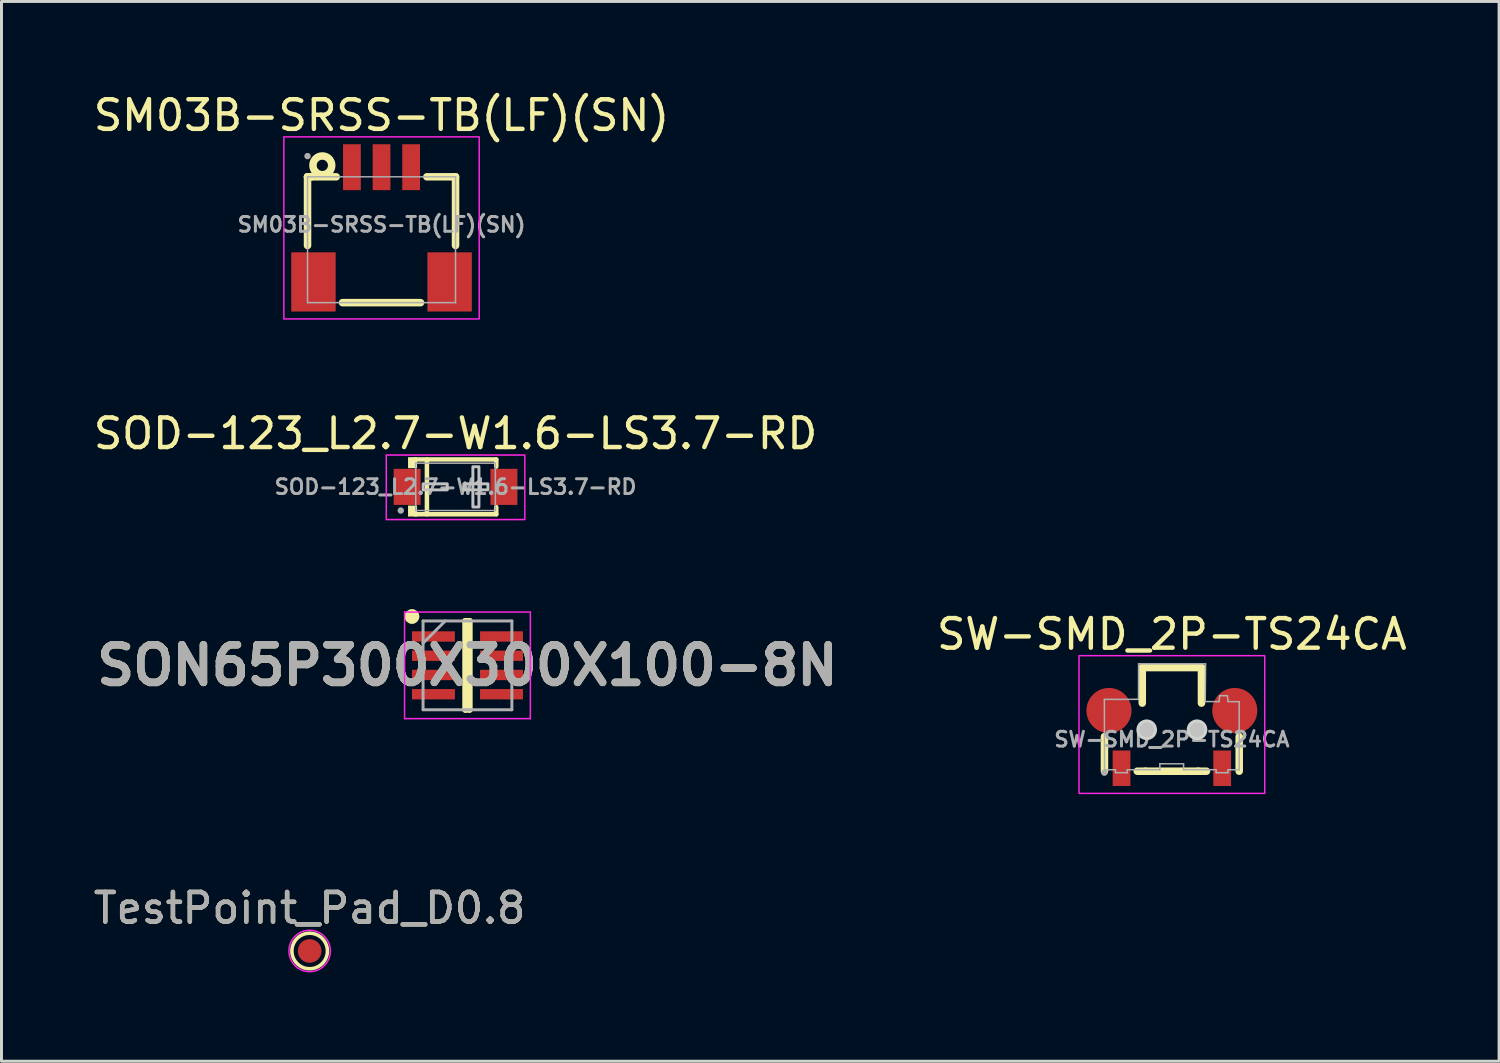
<source format=kicad_pcb>
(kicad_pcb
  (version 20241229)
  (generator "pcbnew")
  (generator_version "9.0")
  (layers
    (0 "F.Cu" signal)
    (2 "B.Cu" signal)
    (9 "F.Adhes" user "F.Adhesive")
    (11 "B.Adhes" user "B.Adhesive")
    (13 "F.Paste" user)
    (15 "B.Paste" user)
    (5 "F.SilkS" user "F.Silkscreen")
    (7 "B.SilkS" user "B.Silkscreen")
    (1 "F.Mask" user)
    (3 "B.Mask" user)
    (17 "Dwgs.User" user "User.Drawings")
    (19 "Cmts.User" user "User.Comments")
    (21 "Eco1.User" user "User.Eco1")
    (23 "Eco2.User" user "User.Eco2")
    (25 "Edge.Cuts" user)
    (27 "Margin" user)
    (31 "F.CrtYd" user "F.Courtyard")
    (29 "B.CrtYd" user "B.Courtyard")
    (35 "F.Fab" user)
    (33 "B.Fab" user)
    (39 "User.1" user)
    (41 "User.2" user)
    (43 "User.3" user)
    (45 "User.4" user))
  (footprint "SOD-123_L2.7-W1.6-LS3.7-RD"
    (layer "F.Cu")
    (at 12.339 13.397)
    (property "Reference" "SOD-123_L2.7-W1.6-LS3.7-RD" (at 0 -1.8 0) (layer "F.SilkS") (effects (font (size 1 1) (thickness 0.15))))
    (fp_line (start -1.376 -0.926) (end 1.376 -0.926) (stroke (width 0.152) (type default)) (layer "F.SilkS"))
    (fp_line (start -1.376 0.926) (end 1.376 0.926) (stroke (width 0.152) (type default)) (layer "F.SilkS"))
    (fp_line (start -0.967 -0.926) (end -0.967 0.926) (stroke (width 0.152) (type default)) (layer "F.SilkS"))
    (fp_line (start 1.376 -0.926) (end 1.376 -0.683) (stroke (width 0.152) (type default)) (layer "F.SilkS"))
    (fp_line (start 1.376 0.926) (end 1.376 0.683) (stroke (width 0.152) (type default)) (layer "F.SilkS"))
    (fp_poly (pts (xy -1.3 -1.002) (xy -1.3 -0.632) (xy -1.605 -0.632) (xy -1.605 -1.002)) (stroke (width 0) (type default)) (fill yes) (layer "F.SilkS"))
    (fp_poly (pts (xy -1.3 1.002) (xy -1.3 0.632) (xy -1.605 0.632) (xy -1.605 1.002)) (stroke (width 0) (type default)) (fill yes) (layer "F.SilkS"))
    (fp_poly (pts (xy -1.096 -0.102) (xy -1.096 0.102) (xy -0.28 0.102) (xy -0.28 -0.102)) (stroke (width 0.1) (type default)) (fill no) (layer "Dwgs.User"))
    (fp_poly (pts (xy 0.79 -0.68) (xy 0.79 0.68) (xy 0.586 0.68) (xy 0.586 -0.68)) (stroke (width 0.1) (type default)) (fill no) (layer "Dwgs.User"))
    (fp_poly (pts (xy 1.096 -0.102) (xy 1.096 0.102) (xy 0.28 0.102) (xy 0.28 -0.102)) (stroke (width 0.1) (type default)) (fill no) (layer "Dwgs.User"))
    (fp_rect (start -2.34 -1.075) (end 2.34 1.105) (stroke (width 0.05) (type default)) (fill no) (layer "F.CrtYd"))
    (fp_line (start -1.345 -0.8) (end 1.345 -0.8) (stroke (width 0.051) (type default)) (layer "F.Fab"))
    (fp_line (start -1.345 0.8) (end -1.345 -0.8) (stroke (width 0.051) (type default)) (layer "F.Fab"))
    (fp_line (start 1.345 -0.8) (end 1.345 0.8) (stroke (width 0.051) (type default)) (layer "F.Fab"))
    (fp_line (start 1.345 0.8) (end -1.345 0.8) (stroke (width 0.051) (type default)) (layer "F.Fab"))
    (fp_poly (pts (xy -1.795 0.777) (xy -1.827 0.745) (xy -1.873 0.745) (xy -1.905 0.777) (xy -1.905 0.823) (xy -1.873 0.855) (xy -1.827 0.855) (xy -1.795 0.823)) (stroke (width 0.1) (type default)) (fill no) (layer "F.Fab"))
    (fp_poly (pts (xy -1.845 -0.3) (xy -1.595 -0.3) (xy -1.595 0.3) (xy -1.845 0.3)) (stroke (width 0.1) (type default)) (fill no) (layer "User.1"))
    (fp_poly (pts (xy -1.81 0.3) (xy -1.33 0.3) (xy -1.33 -0.3) (xy -1.81 -0.3)) (stroke (width 0.1) (type default)) (fill no) (layer "User.1"))
    (fp_poly (pts (xy 1.595 -0.3) (xy 1.845 -0.3) (xy 1.845 0.3) (xy 1.595 0.3)) (stroke (width 0.1) (type default)) (fill no) (layer "User.1"))
    (fp_poly (pts (xy 1.81 -0.3) (xy 1.33 -0.3) (xy 1.33 0.3) (xy 1.81 0.3)) (stroke (width 0.1) (type default)) (fill no) (layer "User.1"))
    (fp_text user "${REFERENCE}" (at 0 0 0) (layer "F.Fab") (effects (font (size 0.5 0.5) (thickness 0.1))))
    (pad "1" smd rect (at -1.635 0) (size 0.91 1.22) (layers "F.Cu" "F.Mask" "F.Paste"))
    (pad "2" smd rect (at 1.635 0) (size 0.91 1.22) (layers "F.Cu" "F.Mask" "F.Paste")))
  (footprint "SW-SMD_2P-TS24CA"
    (layer "F.Cu")
    (at 36.538 21.928)
    (property "Reference" "SW-SMD_2P-TS24CA" (at 0 -3.553 0) (layer "F.SilkS") (effects (font (size 1 1) (thickness 0.15))))
    (fp_line (start -2.277 -0.094) (end -2.277 1.075) (stroke (width 0.254) (type default)) (layer "F.SilkS"))
    (fp_line (start -1 -2.425) (end -1 -1.225) (stroke (width 0.254) (type default)) (layer "F.SilkS"))
    (fp_line (start -1 -2.425) (end 1 -2.425) (stroke (width 0.254) (type default)) (layer "F.SilkS"))
    (fp_line (start -0.889 1.075) (end -1.169 1.075) (stroke (width 0.254) (type default)) (layer "F.SilkS"))
    (fp_line (start -0.889 1.075) (end 0.889 1.075) (stroke (width 0.254) (type default)) (layer "F.SilkS"))
    (fp_line (start 0.889 1.075) (end 1.169 1.075) (stroke (width 0.254) (type default)) (layer "F.SilkS"))
    (fp_line (start 1 -2.425) (end 1 -1.225) (stroke (width 0.254) (type default)) (layer "F.SilkS"))
    (fp_line (start 2.275 -0.094) (end 2.275 1.075) (stroke (width 0.254) (type default)) (layer "F.SilkS"))
    (fp_circle (center -0.85 -0.325) (end -0.725 -0.325) (stroke (width 0.25) (type default)) (fill no) (layer "Dwgs.User"))
    (fp_circle (center 0.85 -0.325) (end 0.975 -0.325) (stroke (width 0.25) (type default)) (fill no) (layer "Dwgs.User"))
    (fp_poly (pts (xy -0.503 -0.371) (xy -0.527 -0.459) (xy -0.572 -0.538) (xy -0.637 -0.603) (xy -0.716 -0.648) (xy -0.804 -0.672) (xy -0.896 -0.672) (xy -0.984 -0.648) (xy -1.063 -0.603) (xy -1.128 -0.538) (xy -1.173 -0.459) (xy -1.197 -0.371) (xy -1.197 -0.279) (xy -1.173 -0.191) (xy -1.128 -0.112) (xy -1.063 -0.047) (xy -0.984 -0.002) (xy -0.896 0.022) (xy -0.804 0.022) (xy -0.716 -0.002) (xy -0.637 -0.047) (xy -0.572 -0.112) (xy -0.527 -0.191) (xy -0.503 -0.279)) (stroke (width 0) (type default)) (fill yes) (layer "Edge.Cuts"))
    (fp_poly (pts (xy 1.197 -0.371) (xy 1.173 -0.459) (xy 1.128 -0.538) (xy 1.063 -0.603) (xy 0.984 -0.648) (xy 0.896 -0.672) (xy 0.804 -0.672) (xy 0.716 -0.648) (xy 0.637 -0.603) (xy 0.572 -0.538) (xy 0.527 -0.459) (xy 0.503 -0.371) (xy 0.503 -0.279) (xy 0.527 -0.191) (xy 0.572 -0.112) (xy 0.637 -0.047) (xy 0.716 -0.002) (xy 0.804 0.022) (xy 0.896 0.022) (xy 0.984 -0.002) (xy 1.063 -0.047) (xy 1.128 -0.112) (xy 1.173 -0.191) (xy 1.197 -0.279)) (stroke (width 0) (type default)) (fill yes) (layer "Edge.Cuts"))
    (fp_rect (start -3.137 -2.828) (end 3.137 1.825) (stroke (width 0.05) (type default)) (fill no) (layer "F.CrtYd"))
    (fp_line (start -2.28 -1.351) (end -2.275 1.025) (stroke (width 0.051) (type default)) (layer "F.Fab"))
    (fp_line (start -2.275 1.025) (end -1.905 1.025) (stroke (width 0.051) (type default)) (layer "F.Fab"))
    (fp_line (start -1.905 1.025) (end -1.904 1.124) (stroke (width 0.051) (type default)) (layer "F.Fab"))
    (fp_line (start -1.904 1.124) (end -1.506 1.124) (stroke (width 0.051) (type default)) (layer "F.Fab"))
    (fp_line (start -1.506 1.124) (end -1.506 1.025) (stroke (width 0.051) (type default)) (layer "F.Fab"))
    (fp_line (start -1.506 1.025) (end -0.406 1.024) (stroke (width 0.051) (type default)) (layer "F.Fab"))
    (fp_line (start -1.128 -1.354) (end -2.28 -1.351) (stroke (width 0.051) (type default)) (layer "F.Fab"))
    (fp_line (start -1.124 -2.552) (end -1.128 -1.354) (stroke (width 0.051) (type default)) (layer "F.Fab"))
    (fp_line (start -0.406 1.024) (end -0.406 0.824) (stroke (width 0.051) (type default)) (layer "F.Fab"))
    (fp_line (start -0.406 1.024) (end -0.406 1.024) (stroke (width 0.051) (type default)) (layer "F.Fab"))
    (fp_line (start -0.406 0.824) (end 0.395 0.825) (stroke (width 0.051) (type default)) (layer "F.Fab"))
    (fp_line (start 0.395 0.825) (end 0.396 1.024) (stroke (width 0.051) (type default)) (layer "F.Fab"))
    (fp_line (start 0.396 1.024) (end 1.496 1.024) (stroke (width 0.051) (type default)) (layer "F.Fab"))
    (fp_line (start 1.127 -1.278) (end 1.139 -2.552) (stroke (width 0.051) (type default)) (layer "F.Fab"))
    (fp_line (start 1.139 -2.552) (end -1.124 -2.552) (stroke (width 0.051) (type default)) (layer "F.Fab"))
    (fp_line (start 1.496 1.024) (end 1.496 1.125) (stroke (width 0.051) (type default)) (layer "F.Fab"))
    (fp_line (start 1.496 1.125) (end 1.894 1.125) (stroke (width 0.051) (type default)) (layer "F.Fab"))
    (fp_line (start 1.595 -1.275) (end 1.127 -1.278) (stroke (width 0.051) (type default)) (layer "F.Fab"))
    (fp_line (start 1.615 -1.475) (end 1.595 -1.275) (stroke (width 0.051) (type default)) (layer "F.Fab"))
    (fp_line (start 1.876 -1.476) (end 1.615 -1.475) (stroke (width 0.051) (type default)) (layer "F.Fab"))
    (fp_line (start 1.894 1.125) (end 1.895 1.025) (stroke (width 0.051) (type default)) (layer "F.Fab"))
    (fp_line (start 1.895 1.025) (end 2.275 1.028) (stroke (width 0.051) (type default)) (layer "F.Fab"))
    (fp_line (start 1.897 -1.277) (end 1.876 -1.476) (stroke (width 0.051) (type default)) (layer "F.Fab"))
    (fp_line (start 2.275 -1.274) (end 1.897 -1.277) (stroke (width 0.051) (type default)) (layer "F.Fab"))
    (fp_line (start 2.275 1.028) (end 2.275 -1.274) (stroke (width 0.051) (type default)) (layer "F.Fab"))
    (fp_poly (pts (xy -2.225 1.102) (xy -2.257 1.07) (xy -2.303 1.07) (xy -2.335 1.102) (xy -2.335 1.148) (xy -2.303 1.18) (xy -2.257 1.18) (xy -2.225 1.148)) (stroke (width 0.1) (type default)) (fill no) (layer "F.Fab"))
    (fp_poly (pts (xy -1.525 1.125) (xy -1.875 1.125) (xy -1.875 0.375) (xy -1.525 0.375)) (stroke (width 0.1) (type default)) (fill no) (layer "User.1"))
    (fp_poly (pts (xy 1.875 1.125) (xy 1.525 1.125) (xy 1.525 0.375) (xy 1.875 0.375)) (stroke (width 0.1) (type default)) (fill no) (layer "User.1"))
    (fp_poly (pts (xy -2.276 -0.275) (xy -2.276 -1.275) (xy -1.601 -1.275) (xy -1.601 -1.165) (xy -2.166 -1.165) (xy -2.166 -0.275)) (stroke (width 0.1) (type default)) (fill no) (layer "User.1"))
    (fp_poly (pts (xy 2.275 -0.275) (xy 2.275 -1.275) (xy 1.6 -1.275) (xy 1.6 -1.165) (xy 2.165 -1.165) (xy 2.165 -0.275)) (stroke (width 0.1) (type default)) (fill no) (layer "User.1"))
    (fp_text user "${REFERENCE}" (at 0 0 0) (layer "F.Fab") (effects (font (size 0.5 0.5) (thickness 0.1))))
    (pad "1" smd rect (at -1.7 0.975 180) (size 0.6 1.2) (layers "F.Cu" "F.Mask" "F.Paste"))
    (pad "2" smd rect (at 1.7 0.975 180) (size 0.6 1.2) (layers "F.Cu" "F.Mask" "F.Paste"))
    (pad "3" smd circle (at 2.125 -0.975) (size 1.524 1.524) (layers "F.Cu" "F.Mask" "F.Paste"))
    (pad "4" smd circle (at -2.125 -0.975) (size 1.524 1.524) (layers "F.Cu" "F.Mask" "F.Paste")))
  (footprint "SON65P300X300X100-8N"
    (layer "F.Cu")
    (at 12.742 19.427)
    (property "Reference" "SON65P300X300X100-8N" (at 0 0 0) (layer "F.SilkS") (effects (font (size 1.27 1.27) (thickness 0.254))))
    (attr smd)
    (fp_line (start -0.075 -1.5) (end 0.075 -1.5) (stroke (width 0.2) (type solid)) (layer "F.SilkS"))
    (fp_line (start -0.075 1.5) (end -0.075 -1.5) (stroke (width 0.2) (type solid)) (layer "F.SilkS"))
    (fp_line (start 0.075 -1.5) (end 0.075 1.5) (stroke (width 0.2) (type solid)) (layer "F.SilkS"))
    (fp_line (start 0.075 1.5) (end -0.075 1.5) (stroke (width 0.2) (type solid)) (layer "F.SilkS"))
    (fp_circle (center -1.875 -1.65) (end -1.875 -1.525) (stroke (width 0.25) (type solid)) (fill no) (layer "F.SilkS"))
    (fp_line (start -2.125 -1.8) (end 2.125 -1.8) (stroke (width 0.05) (type solid)) (layer "F.CrtYd"))
    (fp_line (start -2.125 1.8) (end -2.125 -1.8) (stroke (width 0.05) (type solid)) (layer "F.CrtYd"))
    (fp_line (start 2.125 -1.8) (end 2.125 1.8) (stroke (width 0.05) (type solid)) (layer "F.CrtYd"))
    (fp_line (start 2.125 1.8) (end -2.125 1.8) (stroke (width 0.05) (type solid)) (layer "F.CrtYd"))
    (fp_line (start -1.5 -1.5) (end 1.5 -1.5) (stroke (width 0.1) (type solid)) (layer "F.Fab"))
    (fp_line (start -1.5 -0.75) (end -0.75 -1.5) (stroke (width 0.1) (type solid)) (layer "F.Fab"))
    (fp_line (start -1.5 1.5) (end -1.5 -1.5) (stroke (width 0.1) (type solid)) (layer "F.Fab"))
    (fp_line (start 1.5 -1.5) (end 1.5 1.5) (stroke (width 0.1) (type solid)) (layer "F.Fab"))
    (fp_line (start 1.5 1.5) (end -1.5 1.5) (stroke (width 0.1) (type solid)) (layer "F.Fab"))
    (fp_text user "${REFERENCE}" (at 0 0 0) (layer "F.Fab") (effects (font (size 1.27 1.27) (thickness 0.254))))
    (pad "1" smd rect (at -1.15 -0.975 90) (size 0.35 1.45) (layers "F.Cu" "F.Mask" "F.Paste"))
    (pad "2" smd rect (at -1.15 -0.325 90) (size 0.35 1.45) (layers "F.Cu" "F.Mask" "F.Paste"))
    (pad "3" smd rect (at -1.15 0.325 90) (size 0.35 1.45) (layers "F.Cu" "F.Mask" "F.Paste"))
    (pad "4" smd rect (at -1.15 0.975 90) (size 0.35 1.45) (layers "F.Cu" "F.Mask" "F.Paste"))
    (pad "5" smd rect (at 1.15 0.975 90) (size 0.35 1.45) (layers "F.Cu" "F.Mask" "F.Paste"))
    (pad "6" smd rect (at 1.15 0.325 90) (size 0.35 1.45) (layers "F.Cu" "F.Mask" "F.Paste"))
    (pad "7" smd rect (at 1.15 -0.325 90) (size 0.35 1.45) (layers "F.Cu" "F.Mask" "F.Paste"))
    (pad "8" smd rect (at 1.15 -0.975 90) (size 0.35 1.45) (layers "F.Cu" "F.Mask" "F.Paste")))
  (footprint "SM03B-SRSS-TB(LF)(SN)"
    (layer "F.Cu")
    (at 9.839 4.536)
    (property "Reference" "SM03B-SRSS-TB(LF)(SN)" (at 0 -3.688 0) (layer "F.SilkS") (effects (font (size 1 1) (thickness 0.15))))
    (fp_line (start -2.5 -1.613) (end -2.5 0.707) (stroke (width 0.254) (type default)) (layer "F.SilkS"))
    (fp_line (start -2.5 -1.613) (end -1.531 -1.613) (stroke (width 0.254) (type default)) (layer "F.SilkS"))
    (fp_line (start -2.37 -1.613) (end -2.5 -1.613) (stroke (width 0.254) (type default)) (layer "F.SilkS"))
    (fp_line (start -1.319 2.638) (end 1.319 2.638) (stroke (width 0.254) (type default)) (layer "F.SilkS"))
    (fp_line (start 1.531 -1.613) (end 2.5 -1.613) (stroke (width 0.254) (type default)) (layer "F.SilkS"))
    (fp_line (start 2.5 -1.613) (end 2.5 0.707) (stroke (width 0.254) (type default)) (layer "F.SilkS"))
    (fp_circle (center -2 -2) (end -1.683 -2) (stroke (width 0.254) (type default)) (fill no) (layer "F.SilkS"))
    (fp_rect (start -3.3 -2.962) (end 3.3 3.188) (stroke (width 0.05) (type default)) (fill no) (layer "F.CrtYd"))
    (fp_line (start -2.5 -1.613) (end 2.5 -1.613) (stroke (width 0.051) (type default)) (layer "F.Fab"))
    (fp_line (start -2.5 2.638) (end -2.5 -1.613) (stroke (width 0.051) (type default)) (layer "F.Fab"))
    (fp_line (start 2.5 -1.613) (end 2.5 2.638) (stroke (width 0.051) (type default)) (layer "F.Fab"))
    (fp_line (start 2.5 2.638) (end -2.5 2.638) (stroke (width 0.051) (type default)) (layer "F.Fab"))
    (fp_poly (pts (xy -2.445 -2.335) (xy -2.477 -2.368) (xy -2.523 -2.368) (xy -2.555 -2.335) (xy -2.555 -2.29) (xy -2.523 -2.257) (xy -2.477 -2.257) (xy -2.445 -2.29)) (stroke (width 0.1) (type default)) (fill no) (layer "F.Fab"))
    (fp_poly (pts (xy -2.45 1.137) (xy -2.15 1.137) (xy -2.15 2.638) (xy -2.45 2.638)) (stroke (width 0.1) (type default)) (fill no) (layer "User.1"))
    (fp_poly (pts (xy -1.15 -2.312) (xy -0.85 -2.312) (xy -0.85 -1.312) (xy -1.15 -1.312)) (stroke (width 0.1) (type default)) (fill no) (layer "User.1"))
    (fp_poly (pts (xy -0.15 -2.312) (xy 0.15 -2.312) (xy 0.15 -1.312) (xy -0.15 -1.312)) (stroke (width 0.1) (type default)) (fill no) (layer "User.1"))
    (fp_poly (pts (xy 0.85 -2.312) (xy 1.15 -2.312) (xy 1.15 -1.312) (xy 0.85 -1.312)) (stroke (width 0.1) (type default)) (fill no) (layer "User.1"))
    (fp_poly (pts (xy 2.15 1.137) (xy 2.45 1.137) (xy 2.45 2.638) (xy 2.15 2.638)) (stroke (width 0.1) (type default)) (fill no) (layer "User.1"))
    (fp_text user "${REFERENCE}" (at 0 0 0) (layer "F.Fab") (effects (font (size 0.5 0.5) (thickness 0.1))))
    (pad "1" smd rect (at -1 -1.938) (size 0.6 1.55) (layers "F.Cu" "F.Mask" "F.Paste"))
    (pad "2" smd rect (at 0 -1.938) (size 0.6 1.55) (layers "F.Cu" "F.Mask" "F.Paste"))
    (pad "3" smd rect (at 1 -1.938) (size 0.6 1.55) (layers "F.Cu" "F.Mask" "F.Paste"))
    (pad "4" smd rect (at 2.3 1.938) (size 1.5 2) (layers "F.Cu" "F.Mask" "F.Paste"))
    (pad "5" smd rect (at -2.3 1.938) (size 1.5 2) (layers "F.Cu" "F.Mask" "F.Paste")))
  (footprint "TestPoint_Pad_D0.8"
    (layer "F.Cu")
    (at 7.411 29.076)
    (property "Reference" "TestPoint_Pad_D0.8" (at 0 -1.448 0) (layer "F.SilkS") (effects (font (size 1 1) (thickness 0.15))))
    (attr exclude_from_pos_files exclude_from_bom)
    (fp_circle (center 0 0) (end 0.6 0) (stroke (width 0.12) (type solid)) (fill no) (layer "F.SilkS"))
    (fp_circle (center 0 0) (end 0.7 0) (stroke (width 0.05) (type solid)) (fill no) (layer "F.CrtYd"))
    (fp_text user "${REFERENCE}" (at 0 -1.45 0) (layer "F.Fab") (effects (font (size 1 1) (thickness 0.15))))
    (pad "1" smd circle (at 0 0) (size 0.8 0.8) (layers "F.Cu" "F.Mask")))
  (gr_rect
    (start -3 -3)
    (end 47.592 32.801)
    (stroke (width 0.1) (type default))
    (fill no)
    (layer "Edge.Cuts")))
</source>
